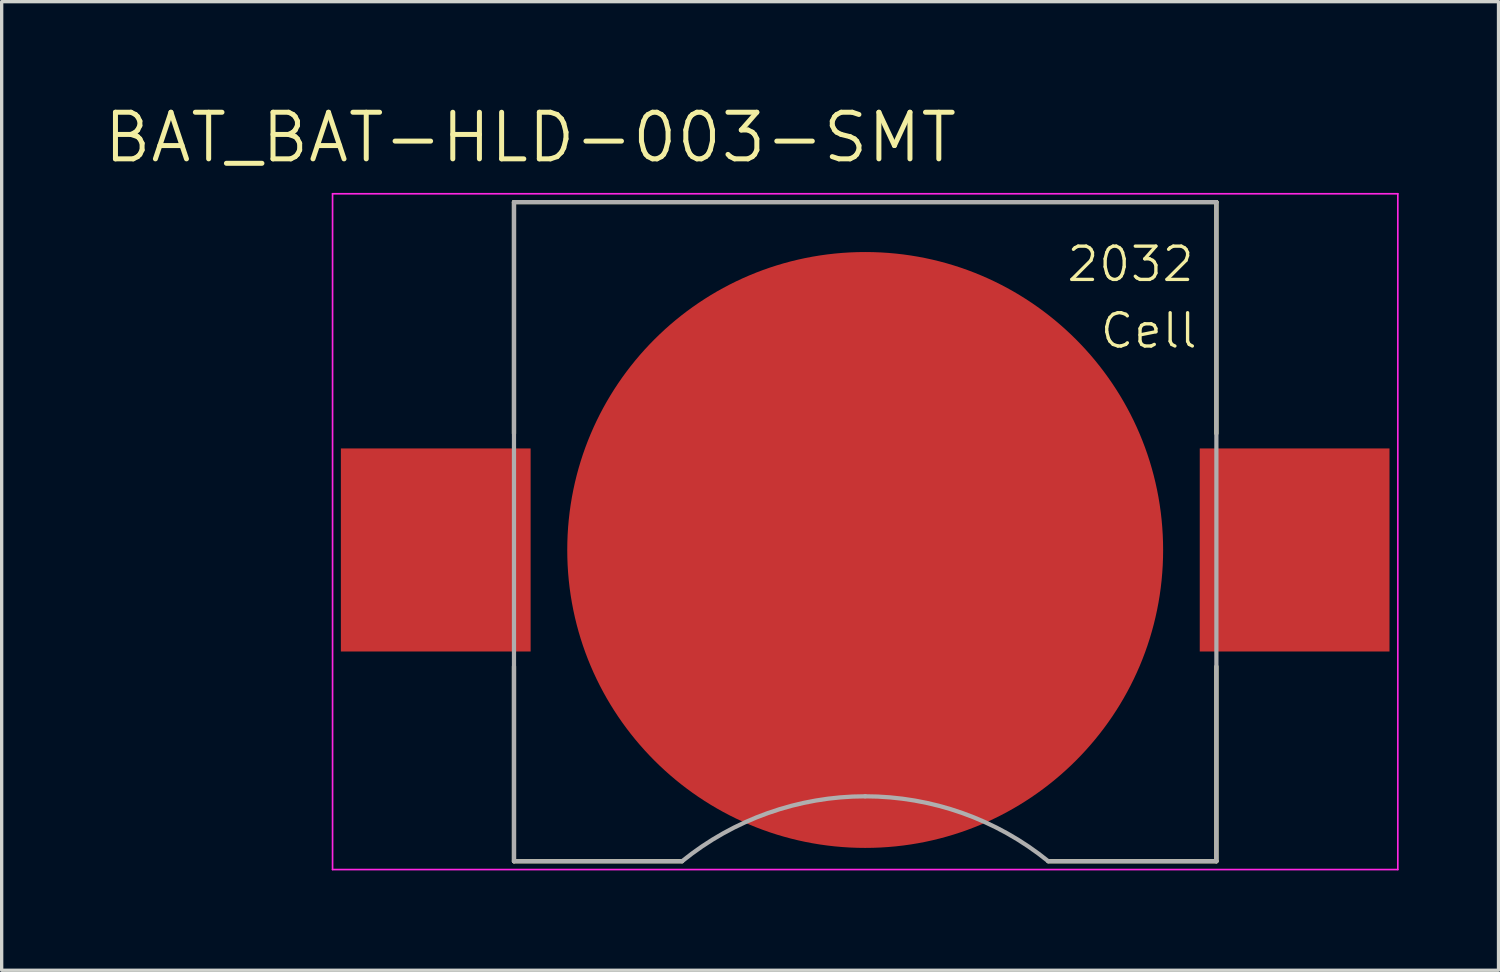
<source format=kicad_pcb>
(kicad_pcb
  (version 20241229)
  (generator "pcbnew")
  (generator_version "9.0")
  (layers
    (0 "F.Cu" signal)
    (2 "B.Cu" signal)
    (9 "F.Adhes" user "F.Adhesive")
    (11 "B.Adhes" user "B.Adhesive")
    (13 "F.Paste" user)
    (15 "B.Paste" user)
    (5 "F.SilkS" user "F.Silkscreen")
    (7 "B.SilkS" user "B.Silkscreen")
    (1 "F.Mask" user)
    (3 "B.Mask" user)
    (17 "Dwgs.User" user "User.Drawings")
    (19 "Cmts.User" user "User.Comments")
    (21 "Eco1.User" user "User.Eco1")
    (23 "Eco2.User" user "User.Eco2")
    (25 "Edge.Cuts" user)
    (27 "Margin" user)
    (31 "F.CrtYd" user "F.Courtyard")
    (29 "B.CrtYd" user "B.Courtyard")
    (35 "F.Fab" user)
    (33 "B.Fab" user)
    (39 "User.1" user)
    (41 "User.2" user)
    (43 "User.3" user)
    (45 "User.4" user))
  (footprint "BAT_BAT-HLD-003-SMT"
    (layer "F.Cu")
    (at 22.94 13.471)
    (property "Reference" "BAT_BAT-HLD-003-SMT" (at -10.055 -12.389 0) (layer "F.SilkS") (effects (font (size 1.4 1.4) (thickness 0.15))))
    (attr smd)
    (fp_line (start -10.55 -10.45) (end 10.55 -10.45) (stroke (width 0.127) (type solid)) (layer "F.SilkS"))
    (fp_line (start -10.55 -3.5) (end -10.55 -10.45) (stroke (width 0.127) (type solid)) (layer "F.SilkS"))
    (fp_line (start -10.55 3.5) (end -10.55 9.35) (stroke (width 0.127) (type solid)) (layer "F.SilkS"))
    (fp_line (start -10.55 9.35) (end -5.5 9.35) (stroke (width 0.127) (type solid)) (layer "F.SilkS"))
    (fp_line (start 5.5 9.35) (end 10.55 9.35) (stroke (width 0.127) (type solid)) (layer "F.SilkS"))
    (fp_line (start 10.55 -10.45) (end 10.55 -3.5) (stroke (width 0.127) (type solid)) (layer "F.SilkS"))
    (fp_line (start 10.55 9.35) (end 10.55 3.5) (stroke (width 0.127) (type solid)) (layer "F.SilkS"))
    (fp_line (start -16 -10.7) (end 16 -10.7) (stroke (width 0.05) (type solid)) (layer "F.CrtYd"))
    (fp_line (start -16 9.6) (end -16 -10.7) (stroke (width 0.05) (type solid)) (layer "F.CrtYd"))
    (fp_line (start 16 -10.7) (end 16 9.6) (stroke (width 0.05) (type solid)) (layer "F.CrtYd"))
    (fp_line (start 16 9.6) (end -16 9.6) (stroke (width 0.05) (type solid)) (layer "F.CrtYd"))
    (fp_line (start -10.55 -10.45) (end 10.55 -10.45) (stroke (width 0.127) (type solid)) (layer "F.Fab"))
    (fp_line (start -10.55 9.35) (end -10.55 -10.45) (stroke (width 0.127) (type solid)) (layer "F.Fab"))
    (fp_line (start -10.55 9.35) (end -5.5 9.35) (stroke (width 0.127) (type solid)) (layer "F.Fab"))
    (fp_line (start 5.5 9.35) (end 10.55 9.35) (stroke (width 0.127) (type solid)) (layer "F.Fab"))
    (fp_line (start 10.55 -10.45) (end 10.55 9.35) (stroke (width 0.127) (type solid)) (layer "F.Fab"))
    (fp_arc (start -5.5 9.35) (mid -2.917726 7.901926) (end 0 7.4) (stroke (width 0.127) (type solid)) (layer "F.Fab"))
    (fp_arc (start 0 7.4) (mid 2.917726 7.901926) (end 5.5 9.35) (stroke (width 0.127) (type solid)) (layer "F.Fab"))
    (fp_text user "Cell" (at 7 -6 0) (unlocked yes) (layer "F.SilkS") (effects (font (size 1 1) (thickness 0.1)) (justify left bottom)))
    (fp_text user "2032" (at 6 -8 0) (unlocked yes) (layer "F.SilkS") (effects (font (size 1 1) (thickness 0.1)) (justify left bottom)))
    (pad "1" smd rect (at -12.9 0) (size 5.7 6.1) (layers "F.Cu" "F.Mask" "F.Paste"))
    (pad "1" smd rect (at 12.9 0) (size 5.7 6.1) (layers "F.Cu" "F.Mask" "F.Paste"))
    (pad "2" smd circle (at 0 0) (size 17.9 17.9) (layers "F.Cu" "F.Mask")))
  (gr_rect
    (start -3 -3)
    (end 41.965 26.096)
    (stroke (width 0.1) (type default))
    (fill no)
    (layer "Edge.Cuts")))
</source>
